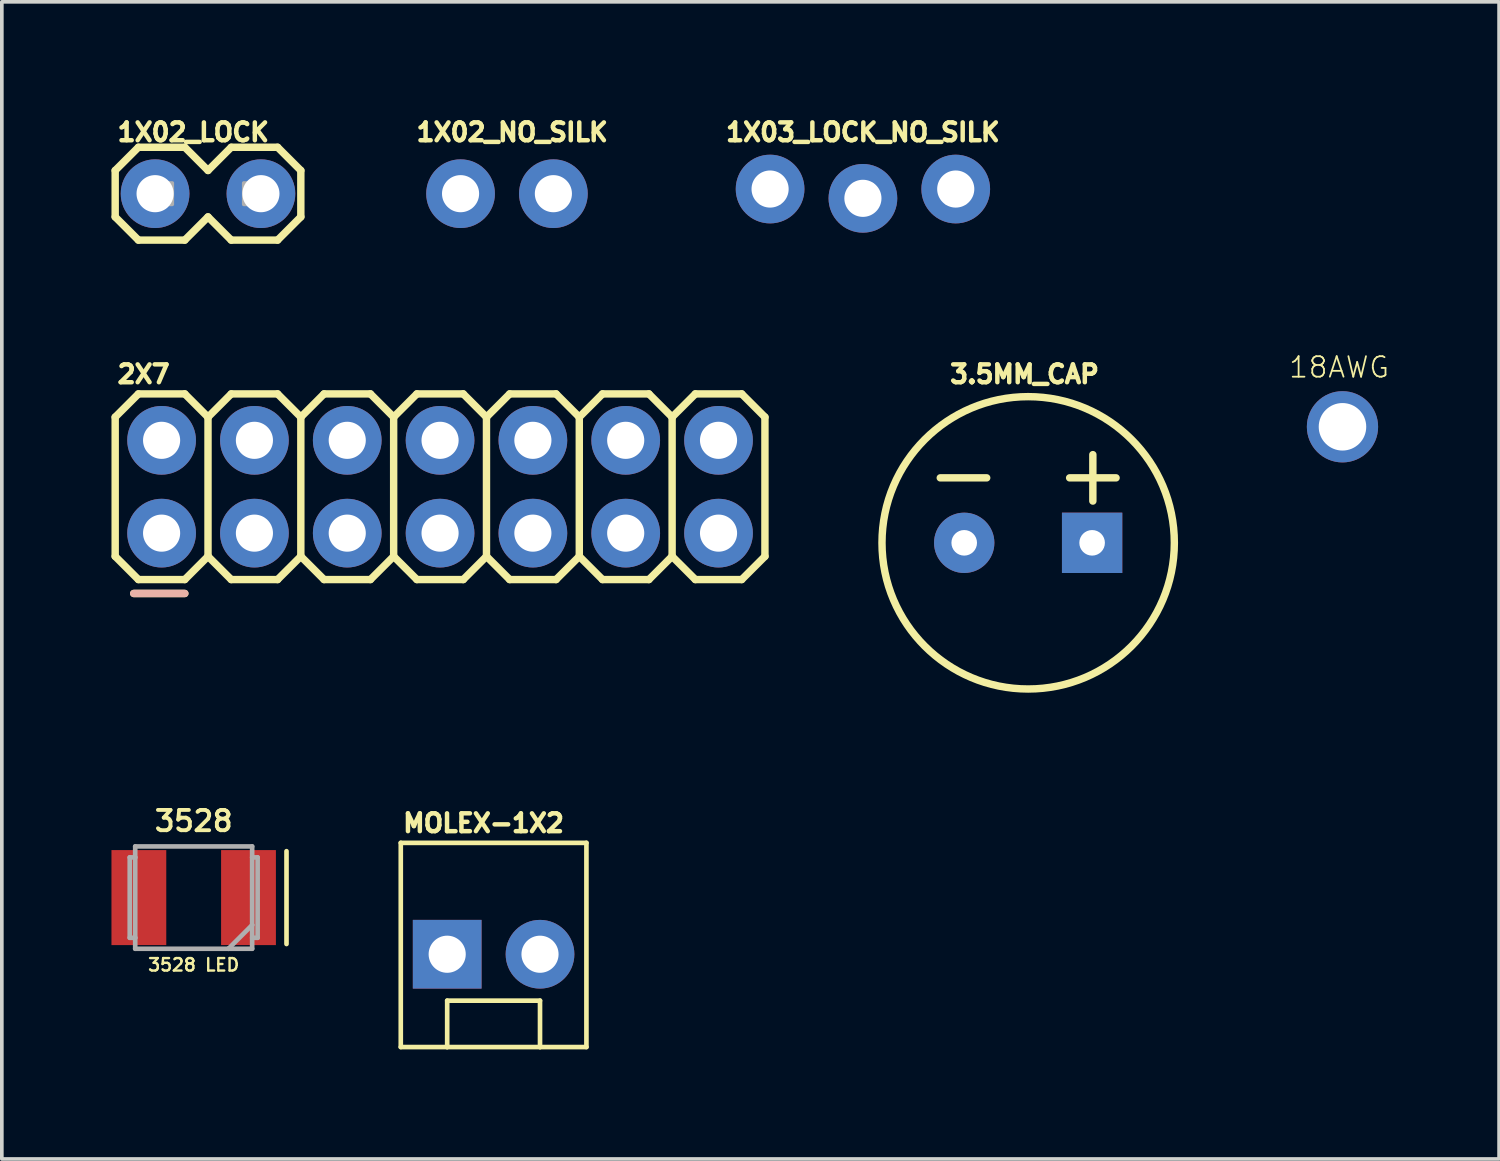
<source format=kicad_pcb>
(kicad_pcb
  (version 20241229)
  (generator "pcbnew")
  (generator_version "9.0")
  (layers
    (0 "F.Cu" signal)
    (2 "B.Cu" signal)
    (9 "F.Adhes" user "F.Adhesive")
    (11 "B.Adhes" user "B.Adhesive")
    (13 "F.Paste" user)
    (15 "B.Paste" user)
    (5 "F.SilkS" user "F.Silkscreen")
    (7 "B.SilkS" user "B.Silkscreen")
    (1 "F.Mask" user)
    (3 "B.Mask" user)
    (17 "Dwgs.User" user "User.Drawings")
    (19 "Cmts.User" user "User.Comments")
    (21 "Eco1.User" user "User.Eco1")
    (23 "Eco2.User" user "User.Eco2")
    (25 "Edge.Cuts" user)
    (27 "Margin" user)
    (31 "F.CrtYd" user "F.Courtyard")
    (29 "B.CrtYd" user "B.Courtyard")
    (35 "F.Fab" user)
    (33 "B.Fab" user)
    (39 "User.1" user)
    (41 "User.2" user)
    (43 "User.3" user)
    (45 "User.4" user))
  (footprint "3528"
    (layer "F.Cu")
    (at 2.25 21.512)
    (property "Reference" "3528" (at 0 -2.095 0) (layer "F.SilkS") (effects (font (size 0.555 0.555) (thickness 0.106))))
    (fp_line (start 2.54 -1.27) (end 2.54 1.27) (stroke (width 0.127) (type solid)) (layer "F.SilkS"))
    (fp_line (start -1.75 -1.1) (end -1.75 1.1) (stroke (width 0.127) (type solid)) (layer "F.Fab"))
    (fp_line (start -1.75 1.1) (end -1.6 1.1) (stroke (width 0.127) (type solid)) (layer "F.Fab"))
    (fp_line (start -1.6 -1.4) (end 1.6 -1.4) (stroke (width 0.127) (type solid)) (layer "F.Fab"))
    (fp_line (start -1.6 -1.1) (end -1.75 -1.1) (stroke (width 0.127) (type solid)) (layer "F.Fab"))
    (fp_line (start -1.6 -1.1) (end -1.6 -1.4) (stroke (width 0.127) (type solid)) (layer "F.Fab"))
    (fp_line (start -1.6 1.1) (end -1.6 -1.1) (stroke (width 0.127) (type solid)) (layer "F.Fab"))
    (fp_line (start -1.6 1.4) (end -1.6 1.1) (stroke (width 0.127) (type solid)) (layer "F.Fab"))
    (fp_line (start 0.95 1.4) (end -1.6 1.4) (stroke (width 0.127) (type solid)) (layer "F.Fab"))
    (fp_line (start 1.6 -1.4) (end 1.6 0.75) (stroke (width 0.127) (type solid)) (layer "F.Fab"))
    (fp_line (start 1.6 0.75) (end 0.95 1.4) (stroke (width 0.127) (type solid)) (layer "F.Fab"))
    (fp_line (start 1.6 0.75) (end 1.6 1.4) (stroke (width 0.127) (type solid)) (layer "F.Fab"))
    (fp_line (start 1.6 1.1) (end 1.75 1.1) (stroke (width 0.127) (type solid)) (layer "F.Fab"))
    (fp_line (start 1.6 1.4) (end 0.95 1.4) (stroke (width 0.127) (type solid)) (layer "F.Fab"))
    (fp_line (start 1.75 -1.1) (end 1.6 -1.1) (stroke (width 0.127) (type solid)) (layer "F.Fab"))
    (fp_line (start 1.75 1.1) (end 1.75 -1.1) (stroke (width 0.127) (type solid)) (layer "F.Fab"))
    (fp_text user "3528 LED" (at 0 1.841 0) (layer "F.SilkS") (effects (font (size 0.341 0.341) (thickness 0.065))))
    (pad "A" smd rect (at -1.5 0) (size 1.5 2.6) (layers "F.Cu" "F.Mask" "F.Paste"))
    (pad "C" smd rect (at 1.5 0) (size 1.5 2.6) (layers "F.Cu" "F.Mask" "F.Paste")))
  (footprint "2X7"
    (layer "F.Cu")
    (at 1.372 11.539)
    (property "Reference" "2X7" (at -1.27 -4.064 0) (layer "F.SilkS") (effects (font (size 0.488 0.488) (thickness 0.122)) (justify left bottom)))
    (fp_line (start -1.27 -3.175) (end -0.635 -3.81) (stroke (width 0.203) (type solid)) (layer "F.SilkS"))
    (fp_line (start -1.27 0.635) (end -1.27 -3.175) (stroke (width 0.203) (type solid)) (layer "F.SilkS"))
    (fp_line (start -1.27 0.635) (end -0.635 1.27) (stroke (width 0.203) (type solid)) (layer "F.SilkS"))
    (fp_line (start -0.762 1.651) (end 0.635 1.651) (stroke (width 0.203) (type solid)) (layer "F.SilkS"))
    (fp_line (start -0.635 -3.81) (end 0.635 -3.81) (stroke (width 0.203) (type solid)) (layer "F.SilkS"))
    (fp_line (start -0.635 1.27) (end 0.635 1.27) (stroke (width 0.203) (type solid)) (layer "F.SilkS"))
    (fp_line (start 0.635 -3.81) (end 1.27 -3.175) (stroke (width 0.203) (type solid)) (layer "F.SilkS"))
    (fp_line (start 0.635 1.27) (end 1.27 0.635) (stroke (width 0.203) (type solid)) (layer "F.SilkS"))
    (fp_line (start 1.27 -3.175) (end 1.27 0.635) (stroke (width 0.203) (type solid)) (layer "F.SilkS"))
    (fp_line (start 1.27 -3.175) (end 1.905 -3.81) (stroke (width 0.203) (type solid)) (layer "F.SilkS"))
    (fp_line (start 1.27 0.635) (end 1.905 1.27) (stroke (width 0.203) (type solid)) (layer "F.SilkS"))
    (fp_line (start 1.905 -3.81) (end 3.175 -3.81) (stroke (width 0.203) (type solid)) (layer "F.SilkS"))
    (fp_line (start 1.905 1.27) (end 3.175 1.27) (stroke (width 0.203) (type solid)) (layer "F.SilkS"))
    (fp_line (start 3.175 -3.81) (end 3.81 -3.175) (stroke (width 0.203) (type solid)) (layer "F.SilkS"))
    (fp_line (start 3.175 1.27) (end 3.81 0.635) (stroke (width 0.203) (type solid)) (layer "F.SilkS"))
    (fp_line (start 3.81 -3.175) (end 3.81 0.635) (stroke (width 0.203) (type solid)) (layer "F.SilkS"))
    (fp_line (start 3.81 -3.175) (end 4.445 -3.81) (stroke (width 0.203) (type solid)) (layer "F.SilkS"))
    (fp_line (start 3.81 0.635) (end 4.445 1.27) (stroke (width 0.203) (type solid)) (layer "F.SilkS"))
    (fp_line (start 4.445 -3.81) (end 5.715 -3.81) (stroke (width 0.203) (type solid)) (layer "F.SilkS"))
    (fp_line (start 4.445 1.27) (end 5.715 1.27) (stroke (width 0.203) (type solid)) (layer "F.SilkS"))
    (fp_line (start 5.715 -3.81) (end 6.35 -3.175) (stroke (width 0.203) (type solid)) (layer "F.SilkS"))
    (fp_line (start 5.715 1.27) (end 6.35 0.635) (stroke (width 0.203) (type solid)) (layer "F.SilkS"))
    (fp_line (start 6.35 -3.175) (end 6.35 0.635) (stroke (width 0.203) (type solid)) (layer "F.SilkS"))
    (fp_line (start 6.35 -3.175) (end 6.985 -3.81) (stroke (width 0.203) (type solid)) (layer "F.SilkS"))
    (fp_line (start 6.35 0.635) (end 6.985 1.27) (stroke (width 0.203) (type solid)) (layer "F.SilkS"))
    (fp_line (start 6.985 -3.81) (end 8.255 -3.81) (stroke (width 0.203) (type solid)) (layer "F.SilkS"))
    (fp_line (start 6.985 1.27) (end 8.255 1.27) (stroke (width 0.203) (type solid)) (layer "F.SilkS"))
    (fp_line (start 8.255 -3.81) (end 8.89 -3.175) (stroke (width 0.203) (type solid)) (layer "F.SilkS"))
    (fp_line (start 8.255 1.27) (end 8.89 0.635) (stroke (width 0.203) (type solid)) (layer "F.SilkS"))
    (fp_line (start 8.89 -3.175) (end 8.89 0.635) (stroke (width 0.203) (type solid)) (layer "F.SilkS"))
    (fp_line (start 8.89 -3.175) (end 9.525 -3.81) (stroke (width 0.203) (type solid)) (layer "F.SilkS"))
    (fp_line (start 8.89 0.635) (end 9.525 1.27) (stroke (width 0.203) (type solid)) (layer "F.SilkS"))
    (fp_line (start 9.525 -3.81) (end 10.795 -3.81) (stroke (width 0.203) (type solid)) (layer "F.SilkS"))
    (fp_line (start 9.525 1.27) (end 10.795 1.27) (stroke (width 0.203) (type solid)) (layer "F.SilkS"))
    (fp_line (start 10.795 -3.81) (end 11.43 -3.175) (stroke (width 0.203) (type solid)) (layer "F.SilkS"))
    (fp_line (start 10.795 1.27) (end 11.43 0.635) (stroke (width 0.203) (type solid)) (layer "F.SilkS"))
    (fp_line (start 11.43 -3.175) (end 11.43 0.635) (stroke (width 0.203) (type solid)) (layer "F.SilkS"))
    (fp_line (start 11.43 -3.175) (end 12.065 -3.81) (stroke (width 0.203) (type solid)) (layer "F.SilkS"))
    (fp_line (start 11.43 0.635) (end 12.065 1.27) (stroke (width 0.203) (type solid)) (layer "F.SilkS"))
    (fp_line (start 12.065 -3.81) (end 13.335 -3.81) (stroke (width 0.203) (type solid)) (layer "F.SilkS"))
    (fp_line (start 12.065 1.27) (end 13.335 1.27) (stroke (width 0.203) (type solid)) (layer "F.SilkS"))
    (fp_line (start 13.335 -3.81) (end 13.97 -3.175) (stroke (width 0.203) (type solid)) (layer "F.SilkS"))
    (fp_line (start 13.335 1.27) (end 13.97 0.635) (stroke (width 0.203) (type solid)) (layer "F.SilkS"))
    (fp_line (start 13.97 -3.175) (end 13.97 0.635) (stroke (width 0.203) (type solid)) (layer "F.SilkS"))
    (fp_line (start 13.97 -3.175) (end 14.605 -3.81) (stroke (width 0.203) (type solid)) (layer "F.SilkS"))
    (fp_line (start 13.97 0.635) (end 14.605 1.27) (stroke (width 0.203) (type solid)) (layer "F.SilkS"))
    (fp_line (start 14.605 -3.81) (end 15.875 -3.81) (stroke (width 0.203) (type solid)) (layer "F.SilkS"))
    (fp_line (start 14.605 1.27) (end 15.875 1.27) (stroke (width 0.203) (type solid)) (layer "F.SilkS"))
    (fp_line (start 15.875 -3.81) (end 16.51 -3.175) (stroke (width 0.203) (type solid)) (layer "F.SilkS"))
    (fp_line (start 16.51 -3.175) (end 16.51 0.635) (stroke (width 0.203) (type solid)) (layer "F.SilkS"))
    (fp_line (start 16.51 0.635) (end 15.875 1.27) (stroke (width 0.203) (type solid)) (layer "F.SilkS"))
    (fp_line (start 0.635 1.651) (end -0.762 1.651) (stroke (width 0.203) (type solid)) (layer "B.SilkS"))
    (fp_poly (pts (xy -0.254 -2.286) (xy 0.254 -2.286) (xy 0.254 -2.794) (xy -0.254 -2.794)) (stroke (width 0.1) (type solid)) (fill no) (layer "F.Fab"))
    (fp_poly (pts (xy -0.254 0.254) (xy 0.254 0.254) (xy 0.254 -0.254) (xy -0.254 -0.254)) (stroke (width 0.1) (type solid)) (fill no) (layer "F.Fab"))
    (fp_poly (pts (xy 2.286 -2.286) (xy 2.794 -2.286) (xy 2.794 -2.794) (xy 2.286 -2.794)) (stroke (width 0.1) (type solid)) (fill no) (layer "F.Fab"))
    (fp_poly (pts (xy 2.286 0.254) (xy 2.794 0.254) (xy 2.794 -0.254) (xy 2.286 -0.254)) (stroke (width 0.1) (type solid)) (fill no) (layer "F.Fab"))
    (fp_poly (pts (xy 4.826 -2.286) (xy 5.334 -2.286) (xy 5.334 -2.794) (xy 4.826 -2.794)) (stroke (width 0.1) (type solid)) (fill no) (layer "F.Fab"))
    (fp_poly (pts (xy 4.826 0.254) (xy 5.334 0.254) (xy 5.334 -0.254) (xy 4.826 -0.254)) (stroke (width 0.1) (type solid)) (fill no) (layer "F.Fab"))
    (fp_poly (pts (xy 7.366 -2.286) (xy 7.874 -2.286) (xy 7.874 -2.794) (xy 7.366 -2.794)) (stroke (width 0.1) (type solid)) (fill no) (layer "F.Fab"))
    (fp_poly (pts (xy 7.366 0.254) (xy 7.874 0.254) (xy 7.874 -0.254) (xy 7.366 -0.254)) (stroke (width 0.1) (type solid)) (fill no) (layer "F.Fab"))
    (fp_poly (pts (xy 9.906 -2.286) (xy 10.414 -2.286) (xy 10.414 -2.794) (xy 9.906 -2.794)) (stroke (width 0.1) (type solid)) (fill no) (layer "F.Fab"))
    (fp_poly (pts (xy 9.906 0.254) (xy 10.414 0.254) (xy 10.414 -0.254) (xy 9.906 -0.254)) (stroke (width 0.1) (type solid)) (fill no) (layer "F.Fab"))
    (fp_poly (pts (xy 12.446 -2.286) (xy 12.954 -2.286) (xy 12.954 -2.794) (xy 12.446 -2.794)) (stroke (width 0.1) (type solid)) (fill no) (layer "F.Fab"))
    (fp_poly (pts (xy 12.446 0.254) (xy 12.954 0.254) (xy 12.954 -0.254) (xy 12.446 -0.254)) (stroke (width 0.1) (type solid)) (fill no) (layer "F.Fab"))
    (fp_poly (pts (xy 14.986 -2.286) (xy 15.494 -2.286) (xy 15.494 -2.794) (xy 14.986 -2.794)) (stroke (width 0.1) (type solid)) (fill no) (layer "F.Fab"))
    (fp_poly (pts (xy 14.986 0.254) (xy 15.494 0.254) (xy 15.494 -0.254) (xy 14.986 -0.254)) (stroke (width 0.1) (type solid)) (fill no) (layer "F.Fab"))
    (pad "1" thru_hole circle (at 0 0) (size 1.88 1.88) (drill 1.016) (layers "*.Cu" "*.Mask"))
    (pad "2" thru_hole circle (at 0 -2.54) (size 1.88 1.88) (drill 1.016) (layers "*.Cu" "*.Mask"))
    (pad "3" thru_hole circle (at 2.54 0) (size 1.88 1.88) (drill 1.016) (layers "*.Cu" "*.Mask"))
    (pad "4" thru_hole circle (at 2.54 -2.54) (size 1.88 1.88) (drill 1.016) (layers "*.Cu" "*.Mask"))
    (pad "5" thru_hole circle (at 5.08 0) (size 1.88 1.88) (drill 1.016) (layers "*.Cu" "*.Mask"))
    (pad "6" thru_hole circle (at 5.08 -2.54) (size 1.88 1.88) (drill 1.016) (layers "*.Cu" "*.Mask"))
    (pad "7" thru_hole circle (at 7.62 0) (size 1.88 1.88) (drill 1.016) (layers "*.Cu" "*.Mask"))
    (pad "8" thru_hole circle (at 7.62 -2.54) (size 1.88 1.88) (drill 1.016) (layers "*.Cu" "*.Mask"))
    (pad "9" thru_hole circle (at 10.16 0) (size 1.88 1.88) (drill 1.016) (layers "*.Cu" "*.Mask"))
    (pad "10" thru_hole circle (at 10.16 -2.54) (size 1.88 1.88) (drill 1.016) (layers "*.Cu" "*.Mask"))
    (pad "11" thru_hole circle (at 12.7 0) (size 1.88 1.88) (drill 1.016) (layers "*.Cu" "*.Mask"))
    (pad "12" thru_hole circle (at 12.7 -2.54) (size 1.88 1.88) (drill 1.016) (layers "*.Cu" "*.Mask"))
    (pad "13" thru_hole circle (at 15.24 0) (size 1.88 1.88) (drill 1.016) (layers "*.Cu" "*.Mask"))
    (pad "14" thru_hole circle (at 15.24 -2.54) (size 1.88 1.88) (drill 1.016) (layers "*.Cu" "*.Mask")))
  (footprint "18AWG"
    (layer "F.Cu")
    (at 33.686 8.629)
    (property "Reference" "18AWG" (at -1.5 -1.3 0) (layer "F.SilkS") (effects (font (size 0.561 0.561) (thickness 0.049)) (justify left bottom)))
    (pad "P$1" thru_hole circle (at 0 0) (size 1.95 1.95) (drill 1.3) (layers "*.Cu" "*.Mask")))
  (footprint "1X02_LOCK"
    (layer "F.Cu")
    (at 1.372 2.25)
    (property "Reference" "1X02_LOCK" (at -1.27 -1.397 0) (layer "F.SilkS") (effects (font (size 0.488 0.488) (thickness 0.122)) (justify left bottom)))
    (fp_line (start -1.27 -0.635) (end -1.27 0.635) (stroke (width 0.203) (type solid)) (layer "F.SilkS"))
    (fp_line (start -1.27 0.635) (end -0.635 1.27) (stroke (width 0.203) (type solid)) (layer "F.SilkS"))
    (fp_line (start -0.635 -1.27) (end -1.27 -0.635) (stroke (width 0.203) (type solid)) (layer "F.SilkS"))
    (fp_line (start -0.635 -1.27) (end 0.635 -1.27) (stroke (width 0.203) (type solid)) (layer "F.SilkS"))
    (fp_line (start 0.635 -1.27) (end 1.27 -0.635) (stroke (width 0.203) (type solid)) (layer "F.SilkS"))
    (fp_line (start 0.635 1.27) (end -0.635 1.27) (stroke (width 0.203) (type solid)) (layer "F.SilkS"))
    (fp_line (start 1.27 -0.635) (end 1.905 -1.27) (stroke (width 0.203) (type solid)) (layer "F.SilkS"))
    (fp_line (start 1.27 0.635) (end 0.635 1.27) (stroke (width 0.203) (type solid)) (layer "F.SilkS"))
    (fp_line (start 1.905 -1.27) (end 3.175 -1.27) (stroke (width 0.203) (type solid)) (layer "F.SilkS"))
    (fp_line (start 1.905 1.27) (end 1.27 0.635) (stroke (width 0.203) (type solid)) (layer "F.SilkS"))
    (fp_line (start 3.175 -1.27) (end 3.81 -0.635) (stroke (width 0.203) (type solid)) (layer "F.SilkS"))
    (fp_line (start 3.175 1.27) (end 1.905 1.27) (stroke (width 0.203) (type solid)) (layer "F.SilkS"))
    (fp_line (start 3.81 -0.635) (end 3.81 0.635) (stroke (width 0.203) (type solid)) (layer "F.SilkS"))
    (fp_line (start 3.81 0.635) (end 3.175 1.27) (stroke (width 0.203) (type solid)) (layer "F.SilkS"))
    (fp_poly (pts (xy -0.292 0.292) (xy 0.292 0.292) (xy 0.292 -0.292) (xy -0.292 -0.292)) (stroke (width 0.1) (type solid)) (fill no) (layer "F.Fab"))
    (fp_poly (pts (xy 2.248 0.292) (xy 2.832 0.292) (xy 2.832 -0.292) (xy 2.248 -0.292)) (stroke (width 0.1) (type solid)) (fill no) (layer "F.Fab"))
    (pad "1" thru_hole circle (at -0.178 0 90) (size 1.88 1.88) (drill 1.016) (layers "*.Cu" "*.Mask"))
    (pad "2" thru_hole circle (at 2.718 0 90) (size 1.88 1.88) (drill 1.016) (layers "*.Cu" "*.Mask")))
  (footprint "MOLEX-1X2"
    (layer "F.Cu")
    (at 9.187 23.062)
    (property "Reference" "MOLEX-1X2" (at -1.27 -3.302 0) (layer "F.SilkS") (effects (font (size 0.488 0.488) (thickness 0.122)) (justify left bottom)))
    (fp_line (start -1.27 -3.048) (end -1.27 2.54) (stroke (width 0.127) (type solid)) (layer "F.SilkS"))
    (fp_line (start 0 1.27) (end 2.54 1.27) (stroke (width 0.127) (type solid)) (layer "F.SilkS"))
    (fp_line (start 0 2.54) (end -1.27 2.54) (stroke (width 0.127) (type solid)) (layer "F.SilkS"))
    (fp_line (start 0 2.54) (end 0 1.27) (stroke (width 0.127) (type solid)) (layer "F.SilkS"))
    (fp_line (start 2.54 1.27) (end 2.54 2.54) (stroke (width 0.127) (type solid)) (layer "F.SilkS"))
    (fp_line (start 2.54 2.54) (end 0 2.54) (stroke (width 0.127) (type solid)) (layer "F.SilkS"))
    (fp_line (start 3.81 -3.048) (end -1.27 -3.048) (stroke (width 0.127) (type solid)) (layer "F.SilkS"))
    (fp_line (start 3.81 -3.048) (end 3.81 2.54) (stroke (width 0.127) (type solid)) (layer "F.SilkS"))
    (fp_line (start 3.81 2.54) (end 2.54 2.54) (stroke (width 0.127) (type solid)) (layer "F.SilkS"))
    (pad "1" thru_hole rect (at 0 0) (size 1.88 1.88) (drill 1.016) (layers "*.Cu" "*.Mask"))
    (pad "2" thru_hole circle (at 2.54 0) (size 1.88 1.88) (drill 1.016) (layers "*.Cu" "*.Mask")))
  (footprint "3.5MM_CAP"
    (layer "F.Cu")
    (at 25.085 11.804)
    (property "Reference" "3.5MM_CAP" (at -0.1 -4.329 0) (layer "F.SilkS") (effects (font (size 0.488 0.488) (thickness 0.122)) (justify bottom)))
    (fp_line (start -1.135 -1.778) (end -2.405 -1.778) (stroke (width 0.203) (type solid)) (layer "F.SilkS"))
    (fp_line (start 1.77 -2.413) (end 1.77 -1.143) (stroke (width 0.203) (type solid)) (layer "F.SilkS"))
    (fp_line (start 2.405 -1.778) (end 1.135 -1.778) (stroke (width 0.203) (type solid)) (layer "F.SilkS"))
    (fp_circle (center 0 0) (end 4 0) (stroke (width 0.203) (type solid)) (fill no) (layer "F.SilkS"))
    (pad "1" thru_hole rect (at 1.75 0) (size 1.651 1.651) (drill 0.7) (layers "*.Cu" "*.Mask"))
    (pad "2" thru_hole circle (at -1.75 0) (size 1.651 1.651) (drill 0.7) (layers "*.Cu" "*.Mask")))
  (footprint "1X03_LOCK_NO_SILK"
    (layer "F.Cu")
    (at 18.023 2.25)
    (property "Reference" "1X03_LOCK_NO_SILK" (at -1.27 -1.397 0) (layer "F.SilkS") (effects (font (size 0.488 0.488) (thickness 0.122)) (justify left bottom)))
    (fp_poly (pts (xy -0.254 0.254) (xy 0.254 0.254) (xy 0.254 -0.254) (xy -0.254 -0.254)) (stroke (width 0.1) (type solid)) (fill no) (layer "F.Fab"))
    (fp_poly (pts (xy 2.286 0.254) (xy 2.794 0.254) (xy 2.794 -0.254) (xy 2.286 -0.254)) (stroke (width 0.1) (type solid)) (fill no) (layer "F.Fab"))
    (fp_poly (pts (xy 4.826 0.254) (xy 5.334 0.254) (xy 5.334 -0.254) (xy 4.826 -0.254)) (stroke (width 0.1) (type solid)) (fill no) (layer "F.Fab"))
    (pad "1" thru_hole circle (at 0 -0.127 90) (size 1.88 1.88) (drill 1.016) (layers "*.Cu" "*.Mask"))
    (pad "2" thru_hole circle (at 2.54 0.127 90) (size 1.88 1.88) (drill 1.016) (layers "*.Cu" "*.Mask"))
    (pad "3" thru_hole circle (at 5.08 -0.127 90) (size 1.88 1.88) (drill 1.016) (layers "*.Cu" "*.Mask")))
  (footprint "1X02_NO_SILK"
    (layer "F.Cu")
    (at 9.553 2.25)
    (property "Reference" "1X02_NO_SILK" (at -1.27 -1.397 0) (layer "F.SilkS") (effects (font (size 0.488 0.488) (thickness 0.122)) (justify left bottom)))
    (fp_poly (pts (xy -0.254 0.254) (xy 0.254 0.254) (xy 0.254 -0.254) (xy -0.254 -0.254)) (stroke (width 0.1) (type solid)) (fill no) (layer "F.Fab"))
    (fp_poly (pts (xy 2.286 0.254) (xy 2.794 0.254) (xy 2.794 -0.254) (xy 2.286 -0.254)) (stroke (width 0.1) (type solid)) (fill no) (layer "F.Fab"))
    (pad "1" thru_hole circle (at 0 0 90) (size 1.88 1.88) (drill 1.016) (layers "*.Cu" "*.Mask"))
    (pad "2" thru_hole circle (at 2.54 0 90) (size 1.88 1.88) (drill 1.016) (layers "*.Cu" "*.Mask")))
  (gr_rect
    (start -3 -3)
    (end 37.971 28.665)
    (stroke (width 0.1) (type default))
    (fill no)
    (layer "Edge.Cuts")))
</source>
